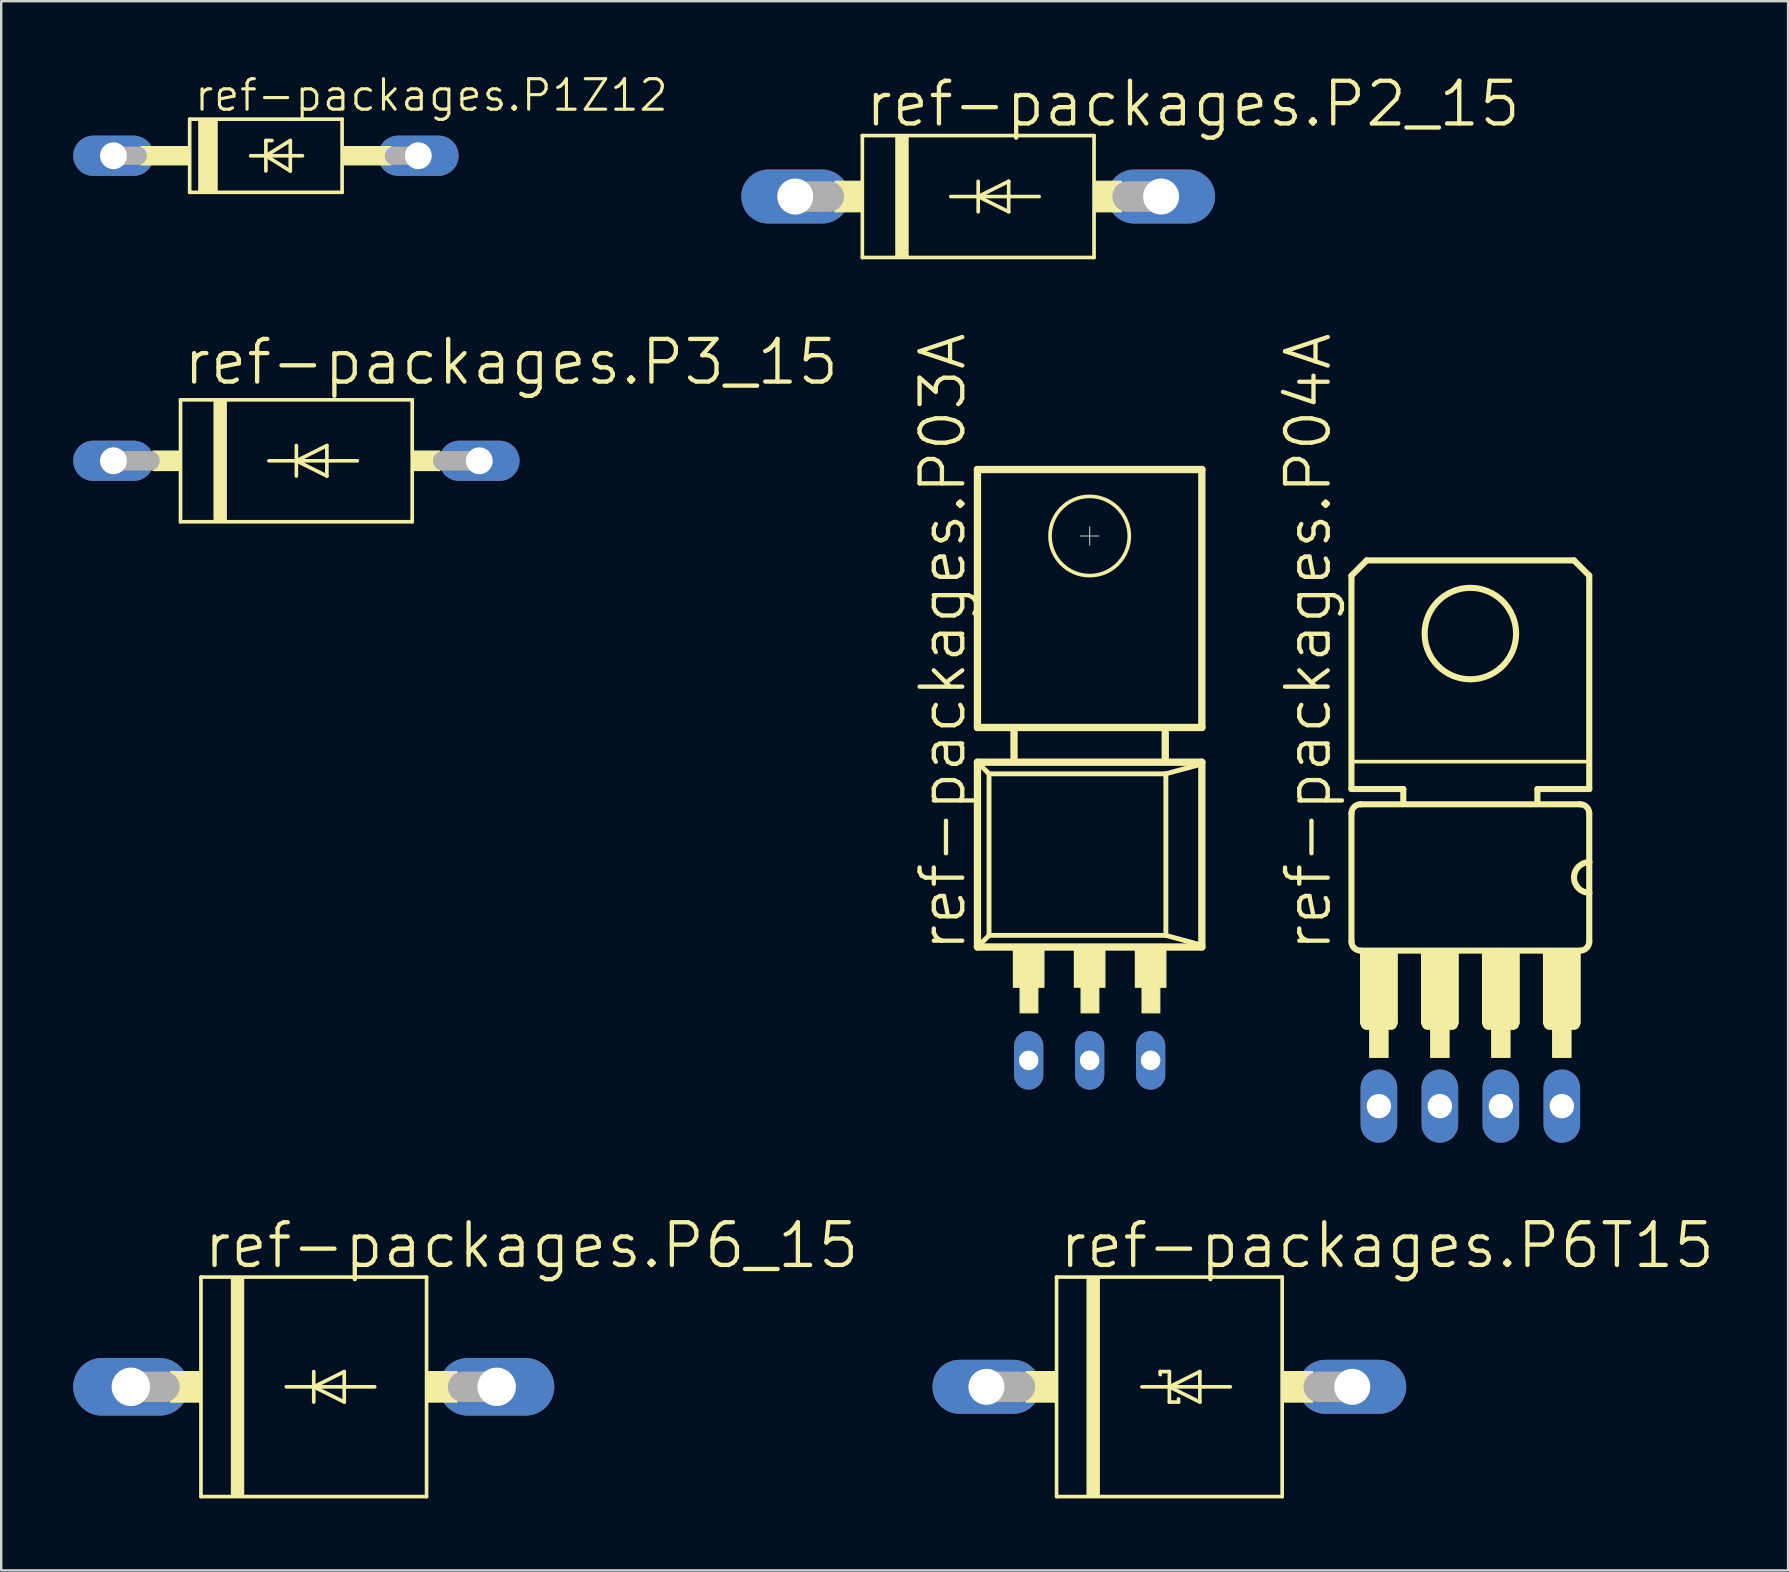
<source format=kicad_pcb>
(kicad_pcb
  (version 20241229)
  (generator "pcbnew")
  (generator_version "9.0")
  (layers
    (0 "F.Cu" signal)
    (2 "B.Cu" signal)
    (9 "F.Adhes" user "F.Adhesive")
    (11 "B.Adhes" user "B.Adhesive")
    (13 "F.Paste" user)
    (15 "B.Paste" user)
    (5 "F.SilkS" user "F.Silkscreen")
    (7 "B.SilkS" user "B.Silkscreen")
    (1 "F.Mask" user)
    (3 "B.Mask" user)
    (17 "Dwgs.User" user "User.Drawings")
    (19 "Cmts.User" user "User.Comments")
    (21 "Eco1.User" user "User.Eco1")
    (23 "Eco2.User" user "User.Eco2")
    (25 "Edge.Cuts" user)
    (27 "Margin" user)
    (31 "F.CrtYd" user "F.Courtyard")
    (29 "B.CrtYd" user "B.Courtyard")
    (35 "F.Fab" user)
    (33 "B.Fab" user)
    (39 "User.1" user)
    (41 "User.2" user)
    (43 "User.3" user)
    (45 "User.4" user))
  (footprint "ref-packages.P03A"
    (layer "F.Cu")
    (at 42.341 32.232)
    (property "Reference" "ref-packages.P03A" (at -5.08 4.445 90) (layer "F.SilkS") (effects (font (size 1.778 1.778) (thickness 0.18)) (justify left bottom)))
    (attr through_hole)
    (fp_line (start -4.674 -15.723) (end 4.674 -15.723) (stroke (width 0.305) (type default)) (layer "F.SilkS"))
    (fp_line (start -4.674 -4.978) (end -4.674 -15.723) (stroke (width 0.305) (type default)) (layer "F.SilkS"))
    (fp_line (start -4.674 -3.531) (end -4.674 4.166) (stroke (width 0.305) (type default)) (layer "F.SilkS"))
    (fp_line (start -4.674 4.166) (end 4.674 4.166) (stroke (width 0.305) (type default)) (layer "F.SilkS"))
    (fp_line (start -4.191 -3.048) (end -4.572 -3.429) (stroke (width 0.203) (type default)) (layer "F.SilkS"))
    (fp_line (start -4.191 -3.048) (end 3.175 -3.048) (stroke (width 0.203) (type default)) (layer "F.SilkS"))
    (fp_line (start -4.191 3.683) (end -4.572 4.064) (stroke (width 0.203) (type default)) (layer "F.SilkS"))
    (fp_line (start -4.191 3.683) (end -4.191 -3.048) (stroke (width 0.203) (type default)) (layer "F.SilkS"))
    (fp_line (start -3.15 -3.581) (end -3.15 -4.877) (stroke (width 0.305) (type default)) (layer "F.SilkS"))
    (fp_line (start 3.15 -3.581) (end 3.15 -4.851) (stroke (width 0.305) (type default)) (layer "F.SilkS"))
    (fp_line (start 3.175 -3.048) (end 3.175 3.683) (stroke (width 0.203) (type default)) (layer "F.SilkS"))
    (fp_line (start 3.175 -3.048) (end 4.572 -3.429) (stroke (width 0.203) (type default)) (layer "F.SilkS"))
    (fp_line (start 3.175 3.683) (end -4.191 3.683) (stroke (width 0.203) (type default)) (layer "F.SilkS"))
    (fp_line (start 3.175 3.683) (end 4.572 4.064) (stroke (width 0.203) (type default)) (layer "F.SilkS"))
    (fp_line (start 4.674 -15.723) (end 4.674 -4.978) (stroke (width 0.305) (type default)) (layer "F.SilkS"))
    (fp_line (start 4.674 -4.978) (end -4.674 -4.978) (stroke (width 0.305) (type default)) (layer "F.SilkS"))
    (fp_line (start 4.674 -3.531) (end -4.674 -3.531) (stroke (width 0.305) (type default)) (layer "F.SilkS"))
    (fp_line (start 4.674 4.166) (end 4.674 -3.531) (stroke (width 0.305) (type default)) (layer "F.SilkS"))
    (fp_rect (start -3.175 5.842) (end -1.905 4.216) (stroke (width 0.05) (type default)) (fill yes) (layer "F.SilkS"))
    (fp_rect (start -2.896 6.909) (end -2.159 5.41) (stroke (width 0.05) (type default)) (fill yes) (layer "F.SilkS"))
    (fp_rect (start -0.635 5.842) (end 0.635 4.216) (stroke (width 0.05) (type default)) (fill yes) (layer "F.SilkS"))
    (fp_rect (start -0.356 6.909) (end 0.381 5.41) (stroke (width 0.05) (type default)) (fill yes) (layer "F.SilkS"))
    (fp_rect (start 1.905 5.842) (end 3.175 4.216) (stroke (width 0.05) (type default)) (fill yes) (layer "F.SilkS"))
    (fp_rect (start 2.184 6.909) (end 2.921 5.41) (stroke (width 0.05) (type default)) (fill yes) (layer "F.SilkS"))
    (fp_circle (center 0 -12.954) (end 1.651 -12.954) (stroke (width 0.152) (type default)) (fill no) (layer "F.SilkS"))
    (fp_line (start -0.381 -12.954) (end 0.381 -12.954) (stroke (width 0.051) (type default)) (layer "F.Fab"))
    (fp_line (start 0 -13.335) (end 0 -12.573) (stroke (width 0.051) (type default)) (layer "F.Fab"))
    (pad "1" thru_hole oval (at -2.54 8.89 90) (size 2.438 1.219) (drill 0.813) (layers "*.Cu" "*.Mask"))
    (pad "2" thru_hole oval (at 0 8.89 90) (size 2.438 1.219) (drill 0.813) (layers "*.Cu" "*.Mask"))
    (pad "3" thru_hole oval (at 2.54 8.89 90) (size 2.438 1.219) (drill 0.813) (layers "*.Cu" "*.Mask")))
  (footprint "ref-packages.P6_15"
    (layer "F.Cu")
    (at 10.02 54.72)
    (property "Reference" "ref-packages.P6_15" (at -4.674 -4.851 0) (layer "F.SilkS") (effects (font (size 1.778 1.778) (thickness 0.18)) (justify left bottom)))
    (attr through_hole)
    (fp_line (start -4.699 -4.572) (end 4.699 -4.572) (stroke (width 0.152) (type default)) (layer "F.SilkS"))
    (fp_line (start -4.699 4.572) (end -4.699 -4.572) (stroke (width 0.152) (type default)) (layer "F.SilkS"))
    (fp_line (start -1.143 0) (end 0 0) (stroke (width 0.152) (type default)) (layer "F.SilkS"))
    (fp_line (start 0 -0.635) (end 0 0) (stroke (width 0.152) (type default)) (layer "F.SilkS"))
    (fp_line (start 0 0) (end 0 0.635) (stroke (width 0.152) (type default)) (layer "F.SilkS"))
    (fp_line (start 0 0) (end 1.27 -0.635) (stroke (width 0.152) (type default)) (layer "F.SilkS"))
    (fp_line (start 0 0) (end 2.54 0) (stroke (width 0.152) (type default)) (layer "F.SilkS"))
    (fp_line (start 1.27 -0.635) (end 1.27 0.635) (stroke (width 0.152) (type default)) (layer "F.SilkS"))
    (fp_line (start 1.27 0.635) (end 0 0) (stroke (width 0.152) (type default)) (layer "F.SilkS"))
    (fp_line (start 4.699 -4.572) (end 4.699 4.572) (stroke (width 0.152) (type default)) (layer "F.SilkS"))
    (fp_line (start 4.699 4.572) (end -4.699 4.572) (stroke (width 0.152) (type default)) (layer "F.SilkS"))
    (fp_rect (start -5.969 0.635) (end -4.699 -0.635) (stroke (width 0.05) (type default)) (fill yes) (layer "F.SilkS"))
    (fp_rect (start -3.429 4.572) (end -2.921 -4.572) (stroke (width 0.05) (type default)) (fill yes) (layer "F.SilkS"))
    (fp_rect (start 4.699 0.635) (end 5.969 -0.635) (stroke (width 0.05) (type default)) (fill yes) (layer "F.SilkS"))
    (fp_line (start -7.62 0) (end -6.223 0) (stroke (width 1.27) (type default)) (layer "F.Fab"))
    (fp_line (start 7.62 0) (end 6.223 0) (stroke (width 1.27) (type default)) (layer "F.Fab"))
    (pad "A" thru_hole oval (at 7.62 0) (size 4.801 2.4) (drill 1.6) (layers "*.Cu" "*.Mask"))
    (pad "C" thru_hole oval (at -7.62 0) (size 4.801 2.4) (drill 1.6) (layers "*.Cu" "*.Mask")))
  (footprint "ref-packages.P1Z12"
    (layer "F.Cu")
    (at 8.026 3.438)
    (property "Reference" "ref-packages.P1Z12" (at -3.048 -1.778 0) (layer "F.SilkS") (effects (font (size 1.27 1.27) (thickness 0.13)) (justify left bottom)))
    (attr through_hole)
    (fp_line (start -3.175 -1.524) (end -3.175 1.524) (stroke (width 0.152) (type default)) (layer "F.SilkS"))
    (fp_line (start -3.175 1.524) (end 3.175 1.524) (stroke (width 0.152) (type default)) (layer "F.SilkS"))
    (fp_line (start -0.635 0) (end 0 0) (stroke (width 0.152) (type default)) (layer "F.SilkS"))
    (fp_line (start 0 -0.635) (end 0 0) (stroke (width 0.152) (type default)) (layer "F.SilkS"))
    (fp_line (start 0 0) (end 0 0.635) (stroke (width 0.152) (type default)) (layer "F.SilkS"))
    (fp_line (start 0 0) (end 1.016 -0.635) (stroke (width 0.152) (type default)) (layer "F.SilkS"))
    (fp_line (start 0 0) (end 1.524 0) (stroke (width 0.152) (type default)) (layer "F.SilkS"))
    (fp_line (start 0.254 -0.635) (end 0 -0.635) (stroke (width 0.152) (type default)) (layer "F.SilkS"))
    (fp_line (start 1.016 -0.635) (end 1.016 0.635) (stroke (width 0.152) (type default)) (layer "F.SilkS"))
    (fp_line (start 1.016 0.635) (end 0 0) (stroke (width 0.152) (type default)) (layer "F.SilkS"))
    (fp_line (start 3.175 -1.524) (end -3.175 -1.524) (stroke (width 0.152) (type default)) (layer "F.SilkS"))
    (fp_line (start 3.175 1.524) (end 3.175 -1.524) (stroke (width 0.152) (type default)) (layer "F.SilkS"))
    (fp_rect (start -5.207 0.381) (end -3.175 -0.381) (stroke (width 0.05) (type default)) (fill yes) (layer "F.SilkS"))
    (fp_rect (start -2.794 1.524) (end -2.032 -1.524) (stroke (width 0.05) (type default)) (fill yes) (layer "F.SilkS"))
    (fp_rect (start 3.175 0.381) (end 5.207 -0.381) (stroke (width 0.05) (type default)) (fill yes) (layer "F.SilkS"))
    (fp_line (start -6.35 0) (end -5.334 0) (stroke (width 0.762) (type default)) (layer "F.Fab"))
    (fp_line (start 6.35 0) (end 5.334 0) (stroke (width 0.762) (type default)) (layer "F.Fab"))
    (pad "A" thru_hole oval (at 6.35 0) (size 3.353 1.676) (drill 1.118) (layers "*.Cu" "*.Mask"))
    (pad "C" thru_hole oval (at -6.35 0) (size 3.353 1.676) (drill 1.118) (layers "*.Cu" "*.Mask")))
  (footprint "ref-packages.P6T15"
    (layer "F.Cu")
    (at 45.662 54.72)
    (property "Reference" "ref-packages.P6T15" (at -4.674 -4.851 0) (layer "F.SilkS") (effects (font (size 1.778 1.778) (thickness 0.18)) (justify left bottom)))
    (attr through_hole)
    (fp_line (start -4.699 -4.572) (end 4.699 -4.572) (stroke (width 0.152) (type default)) (layer "F.SilkS"))
    (fp_line (start -4.699 4.572) (end -4.699 -4.572) (stroke (width 0.152) (type default)) (layer "F.SilkS"))
    (fp_line (start -1.143 0) (end 0 0) (stroke (width 0.152) (type default)) (layer "F.SilkS"))
    (fp_line (start -0.381 -0.635) (end 0 -0.635) (stroke (width 0.152) (type default)) (layer "F.SilkS"))
    (fp_line (start -0.381 -0.508) (end -0.381 -0.635) (stroke (width 0.152) (type default)) (layer "F.SilkS"))
    (fp_line (start 0 -0.635) (end 0 0) (stroke (width 0.152) (type default)) (layer "F.SilkS"))
    (fp_line (start 0 0) (end 1.27 -0.635) (stroke (width 0.152) (type default)) (layer "F.SilkS"))
    (fp_line (start 0 0) (end 2.54 0) (stroke (width 0.152) (type default)) (layer "F.SilkS"))
    (fp_line (start 0 0.635) (end 0 0) (stroke (width 0.152) (type default)) (layer "F.SilkS"))
    (fp_line (start 0.381 0.508) (end 0.381 0.635) (stroke (width 0.152) (type default)) (layer "F.SilkS"))
    (fp_line (start 0.381 0.635) (end 0 0.635) (stroke (width 0.152) (type default)) (layer "F.SilkS"))
    (fp_line (start 1.27 -0.635) (end 1.27 0.635) (stroke (width 0.152) (type default)) (layer "F.SilkS"))
    (fp_line (start 1.27 0.635) (end 0 0) (stroke (width 0.152) (type default)) (layer "F.SilkS"))
    (fp_line (start 4.699 -4.572) (end 4.699 4.572) (stroke (width 0.152) (type default)) (layer "F.SilkS"))
    (fp_line (start 4.699 4.572) (end -4.699 4.572) (stroke (width 0.152) (type default)) (layer "F.SilkS"))
    (fp_rect (start -5.969 0.635) (end -4.699 -0.635) (stroke (width 0.05) (type default)) (fill yes) (layer "F.SilkS"))
    (fp_rect (start -3.429 4.572) (end -2.921 -4.572) (stroke (width 0.05) (type default)) (fill yes) (layer "F.SilkS"))
    (fp_rect (start 4.699 0.635) (end 5.969 -0.635) (stroke (width 0.05) (type default)) (fill yes) (layer "F.SilkS"))
    (fp_line (start -7.62 0) (end -6.223 0) (stroke (width 1.27) (type default)) (layer "F.Fab"))
    (fp_line (start 7.62 0) (end 6.223 0) (stroke (width 1.27) (type default)) (layer "F.Fab"))
    (pad "A" thru_hole oval (at 7.62 0) (size 4.496 2.248) (drill 1.499) (layers "*.Cu" "*.Mask"))
    (pad "C" thru_hole oval (at -7.62 0) (size 4.496 2.248) (drill 1.499) (layers "*.Cu" "*.Mask")))
  (footprint "ref-packages.P2_15"
    (layer "F.Cu")
    (at 37.698 5.137)
    (property "Reference" "ref-packages.P2_15" (at -4.801 -2.819 0) (layer "F.SilkS") (effects (font (size 1.778 1.778) (thickness 0.18)) (justify left bottom)))
    (attr through_hole)
    (fp_line (start -4.826 -2.54) (end 4.826 -2.54) (stroke (width 0.152) (type default)) (layer "F.SilkS"))
    (fp_line (start -4.826 2.54) (end -4.826 -2.54) (stroke (width 0.152) (type default)) (layer "F.SilkS"))
    (fp_line (start -1.143 0) (end 0 0) (stroke (width 0.152) (type default)) (layer "F.SilkS"))
    (fp_line (start 0 -0.635) (end 0 0) (stroke (width 0.152) (type default)) (layer "F.SilkS"))
    (fp_line (start 0 0) (end 0 0.635) (stroke (width 0.152) (type default)) (layer "F.SilkS"))
    (fp_line (start 0 0) (end 1.27 -0.635) (stroke (width 0.152) (type default)) (layer "F.SilkS"))
    (fp_line (start 0 0) (end 2.54 0) (stroke (width 0.152) (type default)) (layer "F.SilkS"))
    (fp_line (start 1.27 -0.635) (end 1.27 0.635) (stroke (width 0.152) (type default)) (layer "F.SilkS"))
    (fp_line (start 1.27 0.635) (end 0 0) (stroke (width 0.152) (type default)) (layer "F.SilkS"))
    (fp_line (start 4.826 -2.54) (end 4.826 2.54) (stroke (width 0.152) (type default)) (layer "F.SilkS"))
    (fp_line (start 4.826 2.54) (end -4.826 2.54) (stroke (width 0.152) (type default)) (layer "F.SilkS"))
    (fp_rect (start -5.969 0.635) (end -4.826 -0.635) (stroke (width 0.05) (type default)) (fill yes) (layer "F.SilkS"))
    (fp_rect (start -3.429 2.54) (end -2.921 -2.54) (stroke (width 0.05) (type default)) (fill yes) (layer "F.SilkS"))
    (fp_rect (start 4.826 0.635) (end 5.969 -0.635) (stroke (width 0.05) (type default)) (fill yes) (layer "F.SilkS"))
    (fp_line (start -7.62 0) (end -6.223 0) (stroke (width 1.27) (type default)) (layer "F.Fab"))
    (fp_line (start 7.62 0) (end 6.223 0) (stroke (width 1.27) (type default)) (layer "F.Fab"))
    (pad "A" thru_hole oval (at 7.62 0) (size 4.496 2.248) (drill 1.499) (layers "*.Cu" "*.Mask"))
    (pad "C" thru_hole oval (at -7.62 0) (size 4.496 2.248) (drill 1.499) (layers "*.Cu" "*.Mask")))
  (footprint "ref-packages.P3_15"
    (layer "F.Cu")
    (at 9.296 16.145)
    (property "Reference" "ref-packages.P3_15" (at -4.801 -3.073 0) (layer "F.SilkS") (effects (font (size 1.778 1.778) (thickness 0.18)) (justify left bottom)))
    (attr through_hole)
    (fp_line (start -4.826 -2.54) (end 4.826 -2.54) (stroke (width 0.152) (type default)) (layer "F.SilkS"))
    (fp_line (start -4.826 2.54) (end -4.826 -2.54) (stroke (width 0.152) (type default)) (layer "F.SilkS"))
    (fp_line (start -1.143 0) (end 0 0) (stroke (width 0.152) (type default)) (layer "F.SilkS"))
    (fp_line (start 0 -0.635) (end 0 0) (stroke (width 0.152) (type default)) (layer "F.SilkS"))
    (fp_line (start 0 0) (end 0 0.635) (stroke (width 0.152) (type default)) (layer "F.SilkS"))
    (fp_line (start 0 0) (end 1.27 -0.635) (stroke (width 0.152) (type default)) (layer "F.SilkS"))
    (fp_line (start 0 0) (end 2.54 0) (stroke (width 0.152) (type default)) (layer "F.SilkS"))
    (fp_line (start 1.27 -0.635) (end 1.27 0.635) (stroke (width 0.152) (type default)) (layer "F.SilkS"))
    (fp_line (start 1.27 0.635) (end 0 0) (stroke (width 0.152) (type default)) (layer "F.SilkS"))
    (fp_line (start 4.826 -2.54) (end 4.826 2.54) (stroke (width 0.152) (type default)) (layer "F.SilkS"))
    (fp_line (start 4.826 2.54) (end -4.826 2.54) (stroke (width 0.152) (type default)) (layer "F.SilkS"))
    (fp_rect (start -5.969 0.406) (end -4.826 -0.406) (stroke (width 0.05) (type default)) (fill yes) (layer "F.SilkS"))
    (fp_rect (start -3.429 2.54) (end -2.921 -2.54) (stroke (width 0.05) (type default)) (fill yes) (layer "F.SilkS"))
    (fp_rect (start 4.826 0.406) (end 5.969 -0.406) (stroke (width 0.05) (type default)) (fill yes) (layer "F.SilkS"))
    (fp_line (start -7.62 0) (end -6.096 0) (stroke (width 0.813) (type default)) (layer "F.Fab"))
    (fp_line (start 7.62 0) (end 6.096 0) (stroke (width 0.813) (type default)) (layer "F.Fab"))
    (pad "A" thru_hole oval (at 7.62 0) (size 3.353 1.676) (drill 1.118) (layers "*.Cu" "*.Mask"))
    (pad "C" thru_hole oval (at -7.62 0) (size 3.353 1.676) (drill 1.118) (layers "*.Cu" "*.Mask")))
  (footprint "ref-packages.P04A"
    (layer "F.Cu")
    (at 58.2 33.502)
    (property "Reference" "ref-packages.P04A" (at -5.715 3.175 90) (layer "F.SilkS") (effects (font (size 1.778 1.778) (thickness 0.18)) (justify left bottom)))
    (attr through_hole)
    (fp_line (start -4.953 -12.573) (end -4.318 -13.208) (stroke (width 0.254) (type default)) (layer "F.SilkS"))
    (fp_line (start -4.953 -3.683) (end -4.953 -12.573) (stroke (width 0.254) (type default)) (layer "F.SilkS"))
    (fp_line (start -4.953 -2.667) (end -4.953 2.667) (stroke (width 0.254) (type default)) (layer "F.SilkS"))
    (fp_line (start -4.826 -4.826) (end 4.826 -4.826) (stroke (width 0.152) (type default)) (layer "F.SilkS"))
    (fp_line (start -4.572 3.048) (end 4.572 3.048) (stroke (width 0.254) (type default)) (layer "F.SilkS"))
    (fp_line (start -4.318 -13.208) (end 4.318 -13.208) (stroke (width 0.254) (type default)) (layer "F.SilkS"))
    (fp_line (start -4.318 6.096) (end -3.302 6.096) (stroke (width 0.508) (type default)) (layer "F.SilkS"))
    (fp_line (start -2.794 -3.683) (end -4.953 -3.683) (stroke (width 0.254) (type default)) (layer "F.SilkS"))
    (fp_line (start -2.794 -3.175) (end -2.794 -3.683) (stroke (width 0.254) (type default)) (layer "F.SilkS"))
    (fp_line (start -1.778 6.096) (end -0.762 6.096) (stroke (width 0.508) (type default)) (layer "F.SilkS"))
    (fp_line (start 0.762 6.096) (end 1.778 6.096) (stroke (width 0.508) (type default)) (layer "F.SilkS"))
    (fp_line (start 2.794 -3.683) (end 2.794 -3.175) (stroke (width 0.254) (type default)) (layer "F.SilkS"))
    (fp_line (start 3.302 6.096) (end 4.318 6.096) (stroke (width 0.508) (type default)) (layer "F.SilkS"))
    (fp_line (start 4.318 -13.208) (end 4.953 -12.573) (stroke (width 0.254) (type default)) (layer "F.SilkS"))
    (fp_line (start 4.572 -3.048) (end -4.572 -3.048) (stroke (width 0.254) (type default)) (layer "F.SilkS"))
    (fp_line (start 4.953 -12.573) (end 4.953 -3.683) (stroke (width 0.254) (type default)) (layer "F.SilkS"))
    (fp_line (start 4.953 -3.683) (end 2.794 -3.683) (stroke (width 0.254) (type default)) (layer "F.SilkS"))
    (fp_line (start 4.953 -0.635) (end 4.953 -2.667) (stroke (width 0.254) (type default)) (layer "F.SilkS"))
    (fp_line (start 4.953 0.635) (end 4.953 -0.635) (stroke (width 0.254) (type default)) (layer "F.SilkS"))
    (fp_line (start 4.953 2.667) (end 4.953 0.635) (stroke (width 0.254) (type default)) (layer "F.SilkS"))
    (fp_rect (start -4.572 6.096) (end -3.048 3.124) (stroke (width 0.05) (type default)) (fill yes) (layer "F.SilkS"))
    (fp_rect (start -4.191 7.493) (end -3.429 6.223) (stroke (width 0.05) (type default)) (fill yes) (layer "F.SilkS"))
    (fp_rect (start -2.032 6.096) (end -0.508 3.124) (stroke (width 0.05) (type default)) (fill yes) (layer "F.SilkS"))
    (fp_rect (start -1.651 7.493) (end -0.889 6.223) (stroke (width 0.05) (type default)) (fill yes) (layer "F.SilkS"))
    (fp_rect (start 0.508 6.096) (end 2.032 3.124) (stroke (width 0.05) (type default)) (fill yes) (layer "F.SilkS"))
    (fp_rect (start 0.889 7.493) (end 1.651 6.223) (stroke (width 0.05) (type default)) (fill yes) (layer "F.SilkS"))
    (fp_rect (start 3.048 6.096) (end 4.572 3.124) (stroke (width 0.05) (type default)) (fill yes) (layer "F.SilkS"))
    (fp_rect (start 3.429 7.493) (end 4.191 6.223) (stroke (width 0.05) (type default)) (fill yes) (layer "F.SilkS"))
    (fp_arc (start -4.953 -2.667) (mid -4.841408 -2.936408) (end -4.572 -3.048) (stroke (width 0.254) (type default)) (layer "F.SilkS"))
    (fp_arc (start -4.572 3.048) (mid -4.841408 2.936408) (end -4.953 2.667) (stroke (width 0.254) (type default)) (layer "F.SilkS"))
    (fp_arc (start 4.572 -3.048) (mid 4.841408 -2.936408) (end 4.953 -2.667) (stroke (width 0.254) (type default)) (layer "F.SilkS"))
    (fp_arc (start 4.953 0.635) (mid 4.318 0) (end 4.953 -0.635) (stroke (width 0.254) (type default)) (layer "F.SilkS"))
    (fp_arc (start 4.953 2.667) (mid 4.841408 2.936408) (end 4.572 3.048) (stroke (width 0.254) (type default)) (layer "F.SilkS"))
    (fp_circle (center 0 -10.16) (end 1.905 -10.16) (stroke (width 0.254) (type default)) (fill no) (layer "F.SilkS"))
    (pad "1" thru_hole oval (at -3.81 9.525 90) (size 3.048 1.524) (drill 1.016) (layers "*.Cu" "*.Mask"))
    (pad "2" thru_hole oval (at -1.27 9.525 90) (size 3.048 1.524) (drill 1.016) (layers "*.Cu" "*.Mask"))
    (pad "3" thru_hole oval (at 1.27 9.525 90) (size 3.048 1.524) (drill 1.016) (layers "*.Cu" "*.Mask"))
    (pad "4" thru_hole oval (at 3.81 9.525 90) (size 3.048 1.524) (drill 1.016) (layers "*.Cu" "*.Mask")))
  (gr_rect
    (start -3 -3)
    (end 71.435 62.368)
    (stroke (width 0.1) (type default))
    (fill no)
    (layer "Edge.Cuts")))
</source>
